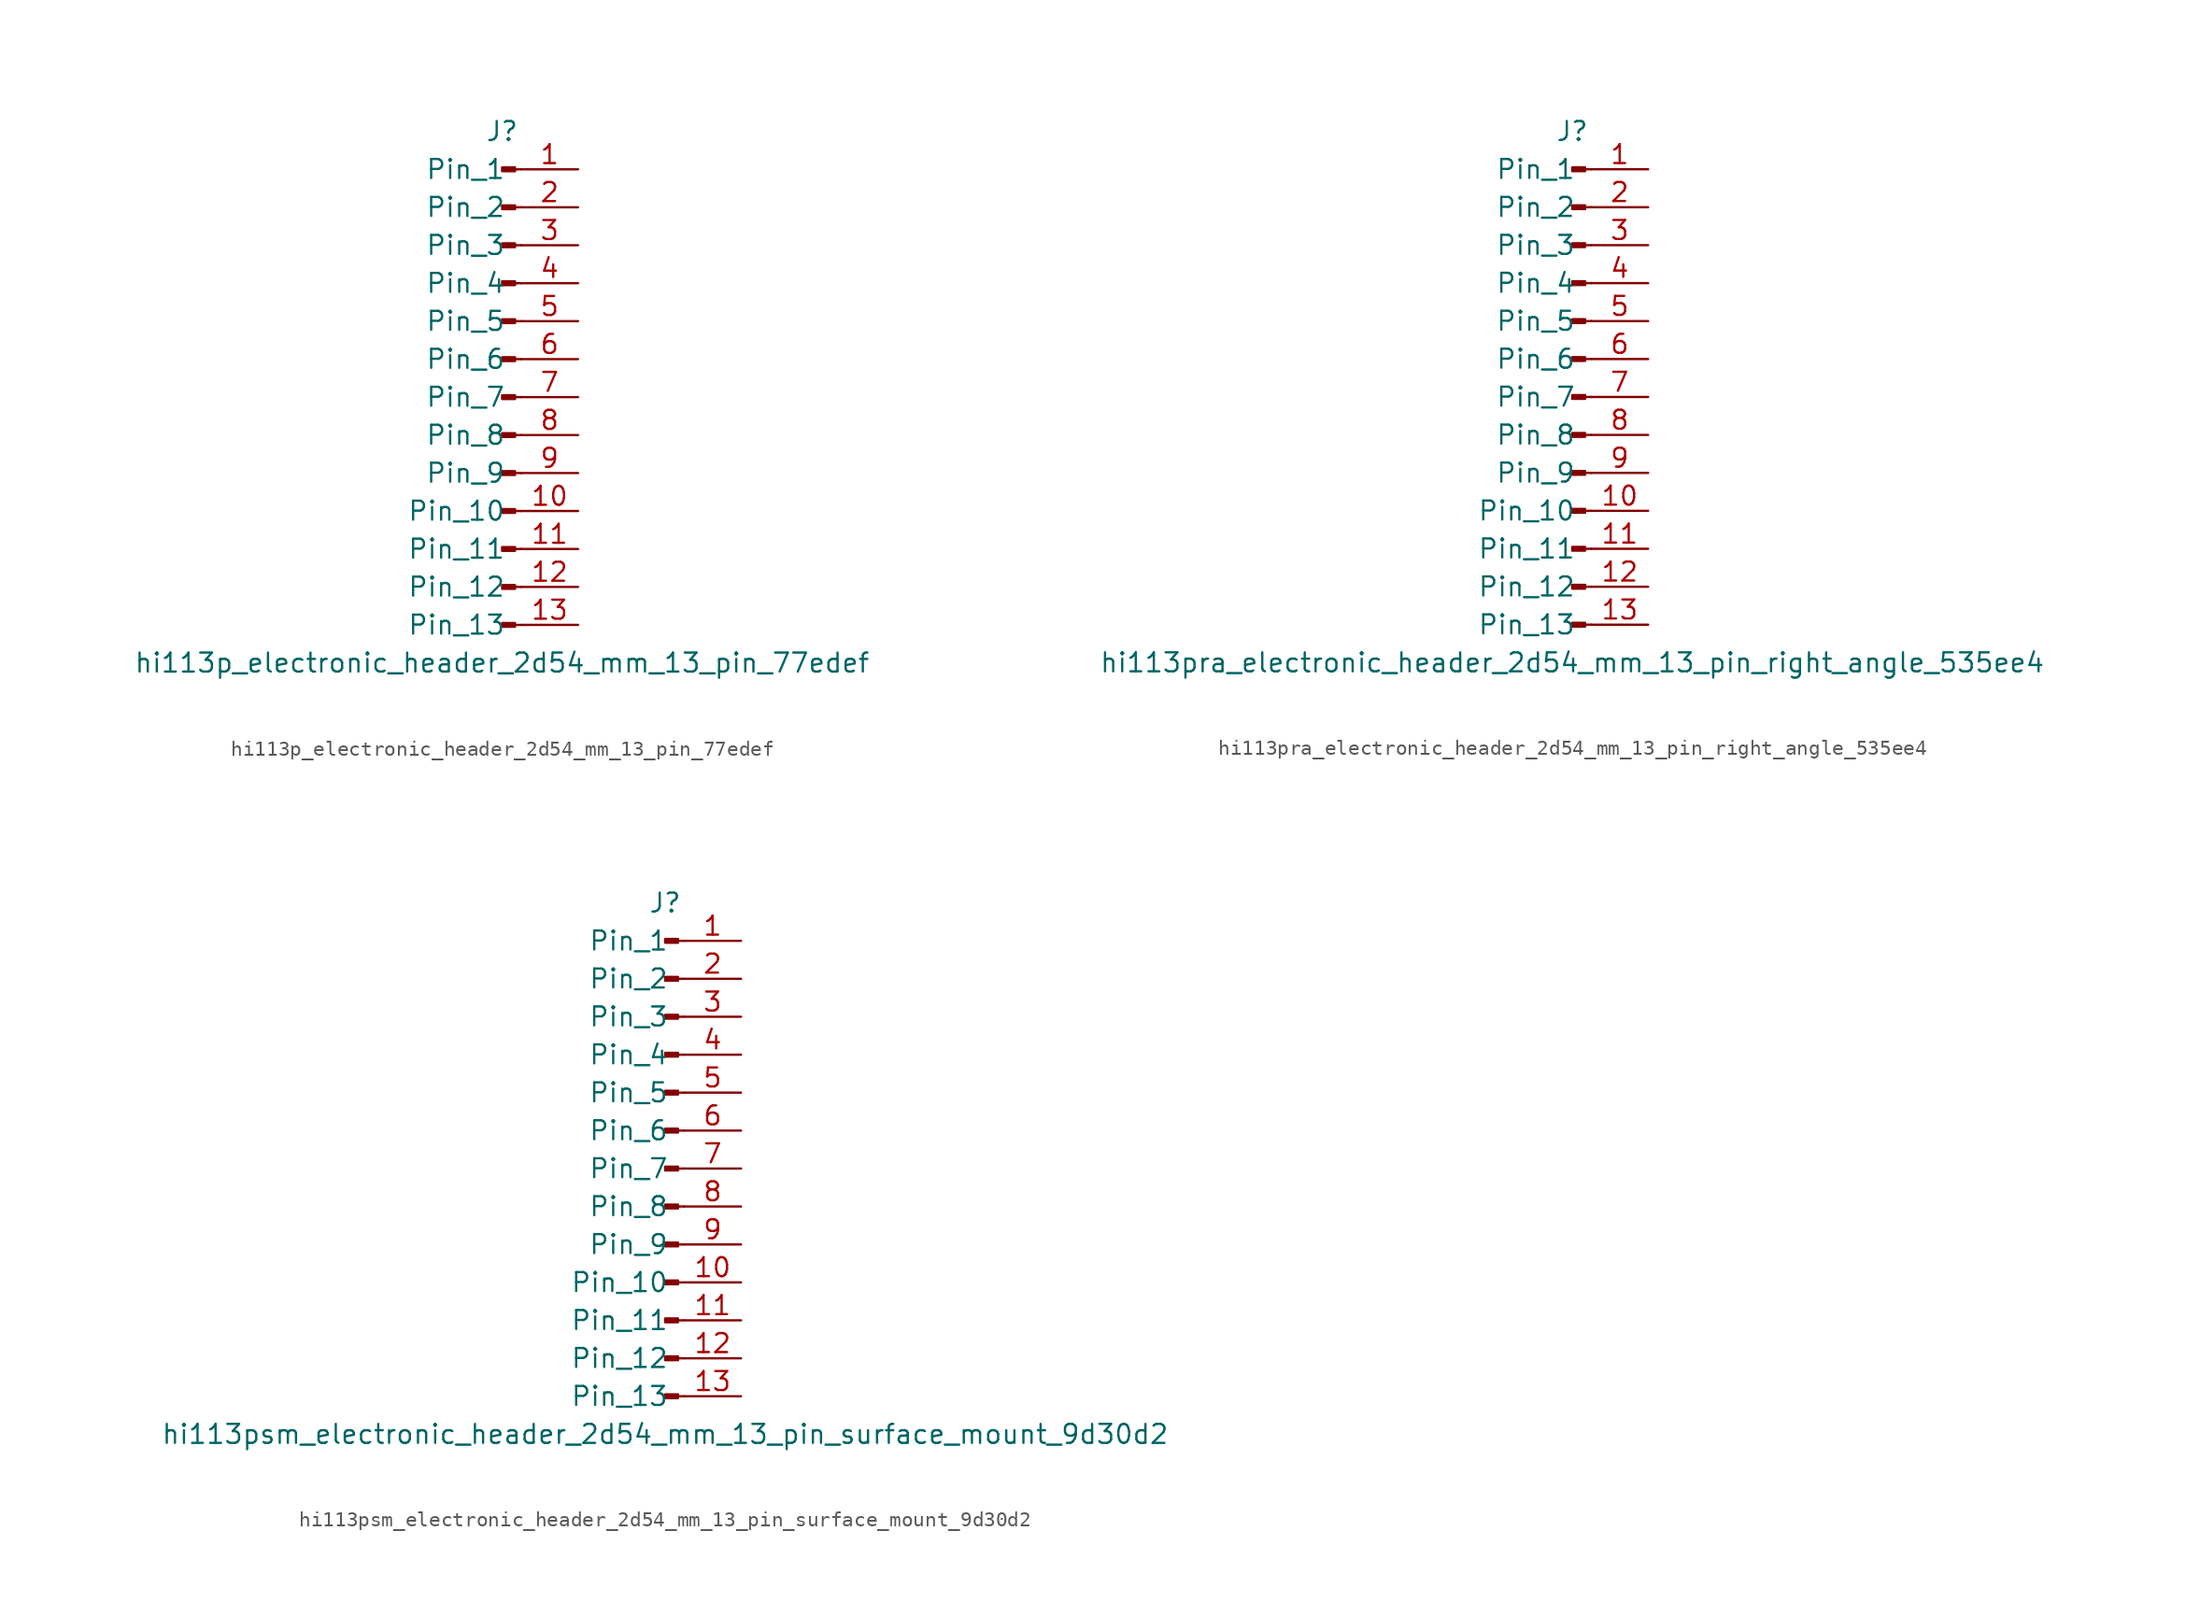
<source format=kicad_sym>
(kicad_symbol_lib
  (version 20220914)
  (generator kicad_symbol_editor)
  (symbol "hi113p_electronic_header_2d54_mm_13_pin_77edef"
    (pin_names
      (offset 1.016))
    (property "Reference" "J"
      (at 0 17.78 0)
      (effects (font (size 1.27 1.27))))
    (property "Value" "hi113p_electronic_header_2d54_mm_13_pin_77edef"
      (at 0 -17.78 0)
      (effects (font (size 1.27 1.27))))
    (property "ki_locked" ""
      (at 0 0 0)
      (effects (font (size 1.27 1.27))))
    (symbol "hi113p_electronic_header_2d54_mm_13_pin_77edef_1_1"
      (polyline (pts (xy 1.27 -15.24) (xy 0.864 -15.24)) (stroke (width 0.152) (type default)) (fill (type none)))
      (polyline (pts (xy 1.27 -12.7) (xy 0.864 -12.7)) (stroke (width 0.152) (type default)) (fill (type none)))
      (polyline (pts (xy 1.27 -10.16) (xy 0.864 -10.16)) (stroke (width 0.152) (type default)) (fill (type none)))
      (polyline (pts (xy 1.27 -7.62) (xy 0.864 -7.62)) (stroke (width 0.152) (type default)) (fill (type none)))
      (polyline (pts (xy 1.27 -5.08) (xy 0.864 -5.08)) (stroke (width 0.152) (type default)) (fill (type none)))
      (polyline (pts (xy 1.27 -2.54) (xy 0.864 -2.54)) (stroke (width 0.152) (type default)) (fill (type none)))
      (polyline (pts (xy 1.27 0) (xy 0.864 0)) (stroke (width 0.152) (type default)) (fill (type none)))
      (polyline (pts (xy 1.27 2.54) (xy 0.864 2.54)) (stroke (width 0.152) (type default)) (fill (type none)))
      (polyline (pts (xy 1.27 5.08) (xy 0.864 5.08)) (stroke (width 0.152) (type default)) (fill (type none)))
      (polyline (pts (xy 1.27 7.62) (xy 0.864 7.62)) (stroke (width 0.152) (type default)) (fill (type none)))
      (polyline (pts (xy 1.27 10.16) (xy 0.864 10.16)) (stroke (width 0.152) (type default)) (fill (type none)))
      (polyline (pts (xy 1.27 12.7) (xy 0.864 12.7)) (stroke (width 0.152) (type default)) (fill (type none)))
      (polyline (pts (xy 1.27 15.24) (xy 0.864 15.24)) (stroke (width 0.152) (type default)) (fill (type none)))
      (rectangle (start 0.864 -15.113) (end 0 -15.367) (stroke (width 0.152) (type default)) (fill (type outline)))
      (rectangle (start 0.864 -12.573) (end 0 -12.827) (stroke (width 0.152) (type default)) (fill (type outline)))
      (rectangle (start 0.864 -10.033) (end 0 -10.287) (stroke (width 0.152) (type default)) (fill (type outline)))
      (rectangle (start 0.864 -7.493) (end 0 -7.747) (stroke (width 0.152) (type default)) (fill (type outline)))
      (rectangle (start 0.864 -4.953) (end 0 -5.207) (stroke (width 0.152) (type default)) (fill (type outline)))
      (rectangle (start 0.864 -2.413) (end 0 -2.667) (stroke (width 0.152) (type default)) (fill (type outline)))
      (rectangle (start 0.864 0.127) (end 0 -0.127) (stroke (width 0.152) (type default)) (fill (type outline)))
      (rectangle (start 0.864 2.667) (end 0 2.413) (stroke (width 0.152) (type default)) (fill (type outline)))
      (rectangle (start 0.864 5.207) (end 0 4.953) (stroke (width 0.152) (type default)) (fill (type outline)))
      (rectangle (start 0.864 7.747) (end 0 7.493) (stroke (width 0.152) (type default)) (fill (type outline)))
      (rectangle (start 0.864 10.287) (end 0 10.033) (stroke (width 0.152) (type default)) (fill (type outline)))
      (rectangle (start 0.864 12.827) (end 0 12.573) (stroke (width 0.152) (type default)) (fill (type outline)))
      (rectangle (start 0.864 15.367) (end 0 15.113) (stroke (width 0.152) (type default)) (fill (type outline)))
      (pin passive line (at 5.08 15.24 180) (length 3.81) (name "Pin_1" (effects (font (size 1.27 1.27)))) (number "1" (effects (font (size 1.27 1.27)))))
      (pin passive line (at 5.08 -7.62 180) (length 3.81) (name "Pin_10" (effects (font (size 1.27 1.27)))) (number "10" (effects (font (size 1.27 1.27)))))
      (pin passive line (at 5.08 -10.16 180) (length 3.81) (name "Pin_11" (effects (font (size 1.27 1.27)))) (number "11" (effects (font (size 1.27 1.27)))))
      (pin passive line (at 5.08 -12.7 180) (length 3.81) (name "Pin_12" (effects (font (size 1.27 1.27)))) (number "12" (effects (font (size 1.27 1.27)))))
      (pin passive line (at 5.08 -15.24 180) (length 3.81) (name "Pin_13" (effects (font (size 1.27 1.27)))) (number "13" (effects (font (size 1.27 1.27)))))
      (pin passive line (at 5.08 12.7 180) (length 3.81) (name "Pin_2" (effects (font (size 1.27 1.27)))) (number "2" (effects (font (size 1.27 1.27)))))
      (pin passive line (at 5.08 10.16 180) (length 3.81) (name "Pin_3" (effects (font (size 1.27 1.27)))) (number "3" (effects (font (size 1.27 1.27)))))
      (pin passive line (at 5.08 7.62 180) (length 3.81) (name "Pin_4" (effects (font (size 1.27 1.27)))) (number "4" (effects (font (size 1.27 1.27)))))
      (pin passive line (at 5.08 5.08 180) (length 3.81) (name "Pin_5" (effects (font (size 1.27 1.27)))) (number "5" (effects (font (size 1.27 1.27)))))
      (pin passive line (at 5.08 2.54 180) (length 3.81) (name "Pin_6" (effects (font (size 1.27 1.27)))) (number "6" (effects (font (size 1.27 1.27)))))
      (pin passive line (at 5.08 0 180) (length 3.81) (name "Pin_7" (effects (font (size 1.27 1.27)))) (number "7" (effects (font (size 1.27 1.27)))))
      (pin passive line (at 5.08 -2.54 180) (length 3.81) (name "Pin_8" (effects (font (size 1.27 1.27)))) (number "8" (effects (font (size 1.27 1.27)))))
      (pin passive line (at 5.08 -5.08 180) (length 3.81) (name "Pin_9" (effects (font (size 1.27 1.27)))) (number "9" (effects (font (size 1.27 1.27)))))))
  (symbol "hi113pra_electronic_header_2d54_mm_13_pin_right_angle_535ee4"
    (pin_names
      (offset 1.016))
    (property "Reference" "J"
      (at 0 17.78 0)
      (effects (font (size 1.27 1.27))))
    (property "Value" "hi113pra_electronic_header_2d54_mm_13_pin_right_angle_535ee4"
      (at 0 -17.78 0)
      (effects (font (size 1.27 1.27))))
    (property "ki_locked" ""
      (at 0 0 0)
      (effects (font (size 1.27 1.27))))
    (symbol "hi113pra_electronic_header_2d54_mm_13_pin_right_angle_535ee4_1_1"
      (polyline (pts (xy 1.27 -15.24) (xy 0.864 -15.24)) (stroke (width 0.152) (type default)) (fill (type none)))
      (polyline (pts (xy 1.27 -12.7) (xy 0.864 -12.7)) (stroke (width 0.152) (type default)) (fill (type none)))
      (polyline (pts (xy 1.27 -10.16) (xy 0.864 -10.16)) (stroke (width 0.152) (type default)) (fill (type none)))
      (polyline (pts (xy 1.27 -7.62) (xy 0.864 -7.62)) (stroke (width 0.152) (type default)) (fill (type none)))
      (polyline (pts (xy 1.27 -5.08) (xy 0.864 -5.08)) (stroke (width 0.152) (type default)) (fill (type none)))
      (polyline (pts (xy 1.27 -2.54) (xy 0.864 -2.54)) (stroke (width 0.152) (type default)) (fill (type none)))
      (polyline (pts (xy 1.27 0) (xy 0.864 0)) (stroke (width 0.152) (type default)) (fill (type none)))
      (polyline (pts (xy 1.27 2.54) (xy 0.864 2.54)) (stroke (width 0.152) (type default)) (fill (type none)))
      (polyline (pts (xy 1.27 5.08) (xy 0.864 5.08)) (stroke (width 0.152) (type default)) (fill (type none)))
      (polyline (pts (xy 1.27 7.62) (xy 0.864 7.62)) (stroke (width 0.152) (type default)) (fill (type none)))
      (polyline (pts (xy 1.27 10.16) (xy 0.864 10.16)) (stroke (width 0.152) (type default)) (fill (type none)))
      (polyline (pts (xy 1.27 12.7) (xy 0.864 12.7)) (stroke (width 0.152) (type default)) (fill (type none)))
      (polyline (pts (xy 1.27 15.24) (xy 0.864 15.24)) (stroke (width 0.152) (type default)) (fill (type none)))
      (rectangle (start 0.864 -15.113) (end 0 -15.367) (stroke (width 0.152) (type default)) (fill (type outline)))
      (rectangle (start 0.864 -12.573) (end 0 -12.827) (stroke (width 0.152) (type default)) (fill (type outline)))
      (rectangle (start 0.864 -10.033) (end 0 -10.287) (stroke (width 0.152) (type default)) (fill (type outline)))
      (rectangle (start 0.864 -7.493) (end 0 -7.747) (stroke (width 0.152) (type default)) (fill (type outline)))
      (rectangle (start 0.864 -4.953) (end 0 -5.207) (stroke (width 0.152) (type default)) (fill (type outline)))
      (rectangle (start 0.864 -2.413) (end 0 -2.667) (stroke (width 0.152) (type default)) (fill (type outline)))
      (rectangle (start 0.864 0.127) (end 0 -0.127) (stroke (width 0.152) (type default)) (fill (type outline)))
      (rectangle (start 0.864 2.667) (end 0 2.413) (stroke (width 0.152) (type default)) (fill (type outline)))
      (rectangle (start 0.864 5.207) (end 0 4.953) (stroke (width 0.152) (type default)) (fill (type outline)))
      (rectangle (start 0.864 7.747) (end 0 7.493) (stroke (width 0.152) (type default)) (fill (type outline)))
      (rectangle (start 0.864 10.287) (end 0 10.033) (stroke (width 0.152) (type default)) (fill (type outline)))
      (rectangle (start 0.864 12.827) (end 0 12.573) (stroke (width 0.152) (type default)) (fill (type outline)))
      (rectangle (start 0.864 15.367) (end 0 15.113) (stroke (width 0.152) (type default)) (fill (type outline)))
      (pin passive line (at 5.08 15.24 180) (length 3.81) (name "Pin_1" (effects (font (size 1.27 1.27)))) (number "1" (effects (font (size 1.27 1.27)))))
      (pin passive line (at 5.08 -7.62 180) (length 3.81) (name "Pin_10" (effects (font (size 1.27 1.27)))) (number "10" (effects (font (size 1.27 1.27)))))
      (pin passive line (at 5.08 -10.16 180) (length 3.81) (name "Pin_11" (effects (font (size 1.27 1.27)))) (number "11" (effects (font (size 1.27 1.27)))))
      (pin passive line (at 5.08 -12.7 180) (length 3.81) (name "Pin_12" (effects (font (size 1.27 1.27)))) (number "12" (effects (font (size 1.27 1.27)))))
      (pin passive line (at 5.08 -15.24 180) (length 3.81) (name "Pin_13" (effects (font (size 1.27 1.27)))) (number "13" (effects (font (size 1.27 1.27)))))
      (pin passive line (at 5.08 12.7 180) (length 3.81) (name "Pin_2" (effects (font (size 1.27 1.27)))) (number "2" (effects (font (size 1.27 1.27)))))
      (pin passive line (at 5.08 10.16 180) (length 3.81) (name "Pin_3" (effects (font (size 1.27 1.27)))) (number "3" (effects (font (size 1.27 1.27)))))
      (pin passive line (at 5.08 7.62 180) (length 3.81) (name "Pin_4" (effects (font (size 1.27 1.27)))) (number "4" (effects (font (size 1.27 1.27)))))
      (pin passive line (at 5.08 5.08 180) (length 3.81) (name "Pin_5" (effects (font (size 1.27 1.27)))) (number "5" (effects (font (size 1.27 1.27)))))
      (pin passive line (at 5.08 2.54 180) (length 3.81) (name "Pin_6" (effects (font (size 1.27 1.27)))) (number "6" (effects (font (size 1.27 1.27)))))
      (pin passive line (at 5.08 0 180) (length 3.81) (name "Pin_7" (effects (font (size 1.27 1.27)))) (number "7" (effects (font (size 1.27 1.27)))))
      (pin passive line (at 5.08 -2.54 180) (length 3.81) (name "Pin_8" (effects (font (size 1.27 1.27)))) (number "8" (effects (font (size 1.27 1.27)))))
      (pin passive line (at 5.08 -5.08 180) (length 3.81) (name "Pin_9" (effects (font (size 1.27 1.27)))) (number "9" (effects (font (size 1.27 1.27)))))))
  (symbol "hi113psm_electronic_header_2d54_mm_13_pin_surface_mount_9d30d2"
    (pin_names
      (offset 1.016))
    (property "Reference" "J"
      (at 0 17.78 0)
      (effects (font (size 1.27 1.27))))
    (property "Value" "hi113psm_electronic_header_2d54_mm_13_pin_surface_mount_9d30d2"
      (at 0 -17.78 0)
      (effects (font (size 1.27 1.27))))
    (property "ki_locked" ""
      (at 0 0 0)
      (effects (font (size 1.27 1.27))))
    (symbol "hi113psm_electronic_header_2d54_mm_13_pin_surface_mount_9d30d2_1_1"
      (polyline (pts (xy 1.27 -15.24) (xy 0.864 -15.24)) (stroke (width 0.152) (type default)) (fill (type none)))
      (polyline (pts (xy 1.27 -12.7) (xy 0.864 -12.7)) (stroke (width 0.152) (type default)) (fill (type none)))
      (polyline (pts (xy 1.27 -10.16) (xy 0.864 -10.16)) (stroke (width 0.152) (type default)) (fill (type none)))
      (polyline (pts (xy 1.27 -7.62) (xy 0.864 -7.62)) (stroke (width 0.152) (type default)) (fill (type none)))
      (polyline (pts (xy 1.27 -5.08) (xy 0.864 -5.08)) (stroke (width 0.152) (type default)) (fill (type none)))
      (polyline (pts (xy 1.27 -2.54) (xy 0.864 -2.54)) (stroke (width 0.152) (type default)) (fill (type none)))
      (polyline (pts (xy 1.27 0) (xy 0.864 0)) (stroke (width 0.152) (type default)) (fill (type none)))
      (polyline (pts (xy 1.27 2.54) (xy 0.864 2.54)) (stroke (width 0.152) (type default)) (fill (type none)))
      (polyline (pts (xy 1.27 5.08) (xy 0.864 5.08)) (stroke (width 0.152) (type default)) (fill (type none)))
      (polyline (pts (xy 1.27 7.62) (xy 0.864 7.62)) (stroke (width 0.152) (type default)) (fill (type none)))
      (polyline (pts (xy 1.27 10.16) (xy 0.864 10.16)) (stroke (width 0.152) (type default)) (fill (type none)))
      (polyline (pts (xy 1.27 12.7) (xy 0.864 12.7)) (stroke (width 0.152) (type default)) (fill (type none)))
      (polyline (pts (xy 1.27 15.24) (xy 0.864 15.24)) (stroke (width 0.152) (type default)) (fill (type none)))
      (rectangle (start 0.864 -15.113) (end 0 -15.367) (stroke (width 0.152) (type default)) (fill (type outline)))
      (rectangle (start 0.864 -12.573) (end 0 -12.827) (stroke (width 0.152) (type default)) (fill (type outline)))
      (rectangle (start 0.864 -10.033) (end 0 -10.287) (stroke (width 0.152) (type default)) (fill (type outline)))
      (rectangle (start 0.864 -7.493) (end 0 -7.747) (stroke (width 0.152) (type default)) (fill (type outline)))
      (rectangle (start 0.864 -4.953) (end 0 -5.207) (stroke (width 0.152) (type default)) (fill (type outline)))
      (rectangle (start 0.864 -2.413) (end 0 -2.667) (stroke (width 0.152) (type default)) (fill (type outline)))
      (rectangle (start 0.864 0.127) (end 0 -0.127) (stroke (width 0.152) (type default)) (fill (type outline)))
      (rectangle (start 0.864 2.667) (end 0 2.413) (stroke (width 0.152) (type default)) (fill (type outline)))
      (rectangle (start 0.864 5.207) (end 0 4.953) (stroke (width 0.152) (type default)) (fill (type outline)))
      (rectangle (start 0.864 7.747) (end 0 7.493) (stroke (width 0.152) (type default)) (fill (type outline)))
      (rectangle (start 0.864 10.287) (end 0 10.033) (stroke (width 0.152) (type default)) (fill (type outline)))
      (rectangle (start 0.864 12.827) (end 0 12.573) (stroke (width 0.152) (type default)) (fill (type outline)))
      (rectangle (start 0.864 15.367) (end 0 15.113) (stroke (width 0.152) (type default)) (fill (type outline)))
      (pin passive line (at 5.08 15.24 180) (length 3.81) (name "Pin_1" (effects (font (size 1.27 1.27)))) (number "1" (effects (font (size 1.27 1.27)))))
      (pin passive line (at 5.08 -7.62 180) (length 3.81) (name "Pin_10" (effects (font (size 1.27 1.27)))) (number "10" (effects (font (size 1.27 1.27)))))
      (pin passive line (at 5.08 -10.16 180) (length 3.81) (name "Pin_11" (effects (font (size 1.27 1.27)))) (number "11" (effects (font (size 1.27 1.27)))))
      (pin passive line (at 5.08 -12.7 180) (length 3.81) (name "Pin_12" (effects (font (size 1.27 1.27)))) (number "12" (effects (font (size 1.27 1.27)))))
      (pin passive line (at 5.08 -15.24 180) (length 3.81) (name "Pin_13" (effects (font (size 1.27 1.27)))) (number "13" (effects (font (size 1.27 1.27)))))
      (pin passive line (at 5.08 12.7 180) (length 3.81) (name "Pin_2" (effects (font (size 1.27 1.27)))) (number "2" (effects (font (size 1.27 1.27)))))
      (pin passive line (at 5.08 10.16 180) (length 3.81) (name "Pin_3" (effects (font (size 1.27 1.27)))) (number "3" (effects (font (size 1.27 1.27)))))
      (pin passive line (at 5.08 7.62 180) (length 3.81) (name "Pin_4" (effects (font (size 1.27 1.27)))) (number "4" (effects (font (size 1.27 1.27)))))
      (pin passive line (at 5.08 5.08 180) (length 3.81) (name "Pin_5" (effects (font (size 1.27 1.27)))) (number "5" (effects (font (size 1.27 1.27)))))
      (pin passive line (at 5.08 2.54 180) (length 3.81) (name "Pin_6" (effects (font (size 1.27 1.27)))) (number "6" (effects (font (size 1.27 1.27)))))
      (pin passive line (at 5.08 0 180) (length 3.81) (name "Pin_7" (effects (font (size 1.27 1.27)))) (number "7" (effects (font (size 1.27 1.27)))))
      (pin passive line (at 5.08 -2.54 180) (length 3.81) (name "Pin_8" (effects (font (size 1.27 1.27)))) (number "8" (effects (font (size 1.27 1.27)))))
      (pin passive line (at 5.08 -5.08 180) (length 3.81) (name "Pin_9" (effects (font (size 1.27 1.27)))) (number "9" (effects (font (size 1.27 1.27))))))))
</source>
